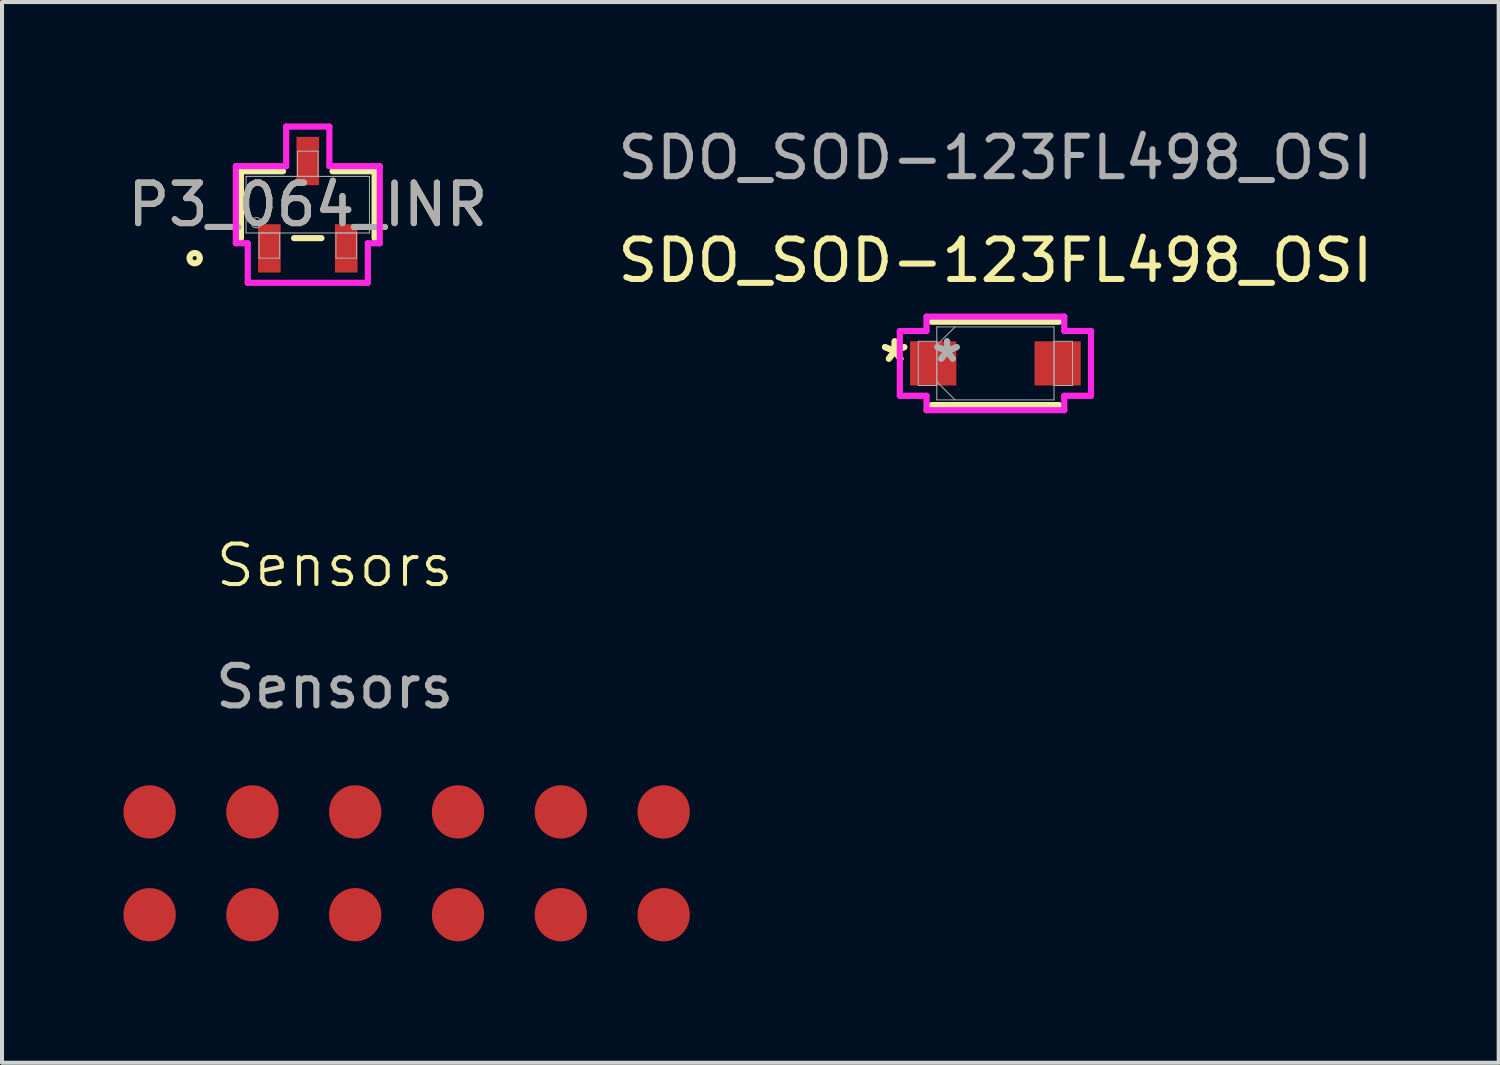
<source format=kicad_pcb>
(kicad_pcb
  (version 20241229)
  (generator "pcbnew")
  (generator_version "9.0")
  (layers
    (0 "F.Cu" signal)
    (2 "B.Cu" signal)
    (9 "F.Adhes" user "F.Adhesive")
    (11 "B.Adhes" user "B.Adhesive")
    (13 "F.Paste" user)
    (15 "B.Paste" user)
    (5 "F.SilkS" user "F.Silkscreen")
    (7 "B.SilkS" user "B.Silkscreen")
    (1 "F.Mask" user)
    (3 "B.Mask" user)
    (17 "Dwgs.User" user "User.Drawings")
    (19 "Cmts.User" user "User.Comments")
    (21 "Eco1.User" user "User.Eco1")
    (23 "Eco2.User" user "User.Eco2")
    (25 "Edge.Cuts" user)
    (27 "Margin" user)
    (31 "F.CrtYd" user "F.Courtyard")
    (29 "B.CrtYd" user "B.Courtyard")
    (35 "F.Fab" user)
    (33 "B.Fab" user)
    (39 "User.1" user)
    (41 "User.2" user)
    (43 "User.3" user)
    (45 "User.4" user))
  (footprint "P3_064_INR"
    (layer "F.Cu")
    (at 4.554 2.007)
    (property "Reference" "P3_064_INR" (at 0 0 0) (unlocked yes) (layer "F.SilkS") (effects (font (size 1 1) (thickness 0.15))))
    (attr smd)
    (fp_line (start -1.651 -0.826) (end -1.651 0.826) (stroke (width 0.152) (type solid)) (layer "F.SilkS"))
    (fp_line (start -0.612 -0.826) (end -1.651 -0.826) (stroke (width 0.152) (type solid)) (layer "F.SilkS"))
    (fp_line (start -0.338 0.826) (end 0.338 0.826) (stroke (width 0.152) (type solid)) (layer "F.SilkS"))
    (fp_line (start 1.651 -0.826) (end 0.612 -0.826) (stroke (width 0.152) (type solid)) (layer "F.SilkS"))
    (fp_line (start 1.651 0.826) (end 1.651 -0.826) (stroke (width 0.152) (type solid)) (layer "F.SilkS"))
    (fp_circle (center -2.794 1.321) (end -2.667 1.321) (stroke (width 0.152) (type solid)) (fill no) (layer "F.SilkS"))
    (fp_line (start -1.778 -0.953) (end -0.533 -0.953) (stroke (width 0.152) (type solid)) (layer "F.CrtYd"))
    (fp_line (start -1.778 0.953) (end -1.778 -0.953) (stroke (width 0.152) (type solid)) (layer "F.CrtYd"))
    (fp_line (start -1.778 0.953) (end -1.483 0.953) (stroke (width 0.152) (type solid)) (layer "F.CrtYd"))
    (fp_line (start -1.483 0.953) (end -1.483 1.93) (stroke (width 0.152) (type solid)) (layer "F.CrtYd"))
    (fp_line (start -1.483 1.93) (end 1.483 1.93) (stroke (width 0.152) (type solid)) (layer "F.CrtYd"))
    (fp_line (start -0.533 -1.93) (end 0.533 -1.93) (stroke (width 0.152) (type solid)) (layer "F.CrtYd"))
    (fp_line (start -0.533 -0.953) (end -0.533 -1.93) (stroke (width 0.152) (type solid)) (layer "F.CrtYd"))
    (fp_line (start 0.533 -0.953) (end 0.533 -1.93) (stroke (width 0.152) (type solid)) (layer "F.CrtYd"))
    (fp_line (start 1.483 0.953) (end 1.483 1.93) (stroke (width 0.152) (type solid)) (layer "F.CrtYd"))
    (fp_line (start 1.778 -0.953) (end 0.533 -0.953) (stroke (width 0.152) (type solid)) (layer "F.CrtYd"))
    (fp_line (start 1.778 -0.953) (end 1.778 0.953) (stroke (width 0.152) (type solid)) (layer "F.CrtYd"))
    (fp_line (start 1.778 0.953) (end 1.483 0.953) (stroke (width 0.152) (type solid)) (layer "F.CrtYd"))
    (fp_line (start -1.524 -0.699) (end -1.524 0.699) (stroke (width 0.025) (type solid)) (layer "F.Fab"))
    (fp_line (start -1.524 0.699) (end 1.524 0.699) (stroke (width 0.025) (type solid)) (layer "F.Fab"))
    (fp_line (start -1.204 0.699) (end -1.204 1.321) (stroke (width 0.025) (type solid)) (layer "F.Fab"))
    (fp_line (start -1.204 1.321) (end -0.696 1.321) (stroke (width 0.025) (type solid)) (layer "F.Fab"))
    (fp_line (start -0.696 0.699) (end -1.204 0.699) (stroke (width 0.025) (type solid)) (layer "F.Fab"))
    (fp_line (start -0.696 1.321) (end -0.696 0.699) (stroke (width 0.025) (type solid)) (layer "F.Fab"))
    (fp_line (start -0.254 -1.321) (end -0.254 -0.699) (stroke (width 0.025) (type solid)) (layer "F.Fab"))
    (fp_line (start -0.254 -0.699) (end 0.254 -0.699) (stroke (width 0.025) (type solid)) (layer "F.Fab"))
    (fp_line (start 0.254 -1.321) (end -0.254 -1.321) (stroke (width 0.025) (type solid)) (layer "F.Fab"))
    (fp_line (start 0.254 -0.699) (end 0.254 -1.321) (stroke (width 0.025) (type solid)) (layer "F.Fab"))
    (fp_line (start 0.696 0.699) (end 0.696 1.321) (stroke (width 0.025) (type solid)) (layer "F.Fab"))
    (fp_line (start 0.696 1.321) (end 1.204 1.321) (stroke (width 0.025) (type solid)) (layer "F.Fab"))
    (fp_line (start 1.204 0.699) (end 0.696 0.699) (stroke (width 0.025) (type solid)) (layer "F.Fab"))
    (fp_line (start 1.204 1.321) (end 1.204 0.699) (stroke (width 0.025) (type solid)) (layer "F.Fab"))
    (fp_line (start 1.524 -0.699) (end -1.524 -0.699) (stroke (width 0.025) (type solid)) (layer "F.Fab"))
    (fp_line (start 1.524 0.699) (end 1.524 -0.699) (stroke (width 0.025) (type solid)) (layer "F.Fab"))
    (fp_circle (center -1.27 0.445) (end -1.143 0.445) (stroke (width 0.025) (type solid)) (fill no) (layer "F.Fab"))
    (fp_text user "${REFERENCE}" (at 0 0 0) (unlocked yes) (layer "F.Fab") (effects (font (size 1 1) (thickness 0.15))))
    (pad "1" smd rect (at -0.95 1.079) (size 0.559 1.194) (layers "F.Cu" "F.Mask" "F.Paste"))
    (pad "2" smd rect (at 0.95 1.079) (size 0.559 1.194) (layers "F.Cu" "F.Mask" "F.Paste"))
    (pad "3" smd rect (at 0 -1.079) (size 0.559 1.194) (layers "F.Cu" "F.Mask" "F.Paste")))
  (footprint "SDO_SOD-123FL498_OSI"
    (layer "F.Cu")
    (at 21.542 5.928)
    (property "Reference" "SDO_SOD-123FL498_OSI" (at 0 -2.54 0) (unlocked yes) (layer "F.SilkS") (effects (font (size 1 1) (thickness 0.15))))
    (attr smd)
    (fp_line (start -1.575 1.029) (end 1.575 1.029) (stroke (width 0.152) (type solid)) (layer "F.SilkS"))
    (fp_line (start 1.575 -1.029) (end -1.575 -1.029) (stroke (width 0.152) (type solid)) (layer "F.SilkS"))
    (fp_line (start -2.362 -0.8) (end -1.702 -0.8) (stroke (width 0.152) (type solid)) (layer "F.CrtYd"))
    (fp_line (start -2.362 0.8) (end -2.362 -0.8) (stroke (width 0.152) (type solid)) (layer "F.CrtYd"))
    (fp_line (start -1.702 -1.156) (end 1.702 -1.156) (stroke (width 0.152) (type solid)) (layer "F.CrtYd"))
    (fp_line (start -1.702 -0.8) (end -1.702 -1.156) (stroke (width 0.152) (type solid)) (layer "F.CrtYd"))
    (fp_line (start -1.702 0.8) (end -2.362 0.8) (stroke (width 0.152) (type solid)) (layer "F.CrtYd"))
    (fp_line (start -1.702 1.156) (end -1.702 0.8) (stroke (width 0.152) (type solid)) (layer "F.CrtYd"))
    (fp_line (start 1.702 -1.156) (end 1.702 -0.8) (stroke (width 0.152) (type solid)) (layer "F.CrtYd"))
    (fp_line (start 1.702 -0.8) (end 2.362 -0.8) (stroke (width 0.152) (type solid)) (layer "F.CrtYd"))
    (fp_line (start 1.702 0.8) (end 1.702 1.156) (stroke (width 0.152) (type solid)) (layer "F.CrtYd"))
    (fp_line (start 1.702 1.156) (end -1.702 1.156) (stroke (width 0.152) (type solid)) (layer "F.CrtYd"))
    (fp_line (start 2.362 -0.8) (end 2.362 0.8) (stroke (width 0.152) (type solid)) (layer "F.CrtYd"))
    (fp_line (start 2.362 0.8) (end 1.702 0.8) (stroke (width 0.152) (type solid)) (layer "F.CrtYd"))
    (fp_line (start -1.905 -0.546) (end -1.905 0.546) (stroke (width 0.025) (type solid)) (layer "F.Fab"))
    (fp_line (start -1.905 0.546) (end -1.448 0.546) (stroke (width 0.025) (type solid)) (layer "F.Fab"))
    (fp_line (start -1.448 -0.902) (end -1.448 0.902) (stroke (width 0.025) (type solid)) (layer "F.Fab"))
    (fp_line (start -1.448 -0.546) (end -1.905 -0.546) (stroke (width 0.025) (type solid)) (layer "F.Fab"))
    (fp_line (start -1.448 -0.451) (end -0.997 -0.902) (stroke (width 0.025) (type solid)) (layer "F.Fab"))
    (fp_line (start -1.448 0.451) (end -0.997 0.902) (stroke (width 0.025) (type solid)) (layer "F.Fab"))
    (fp_line (start -1.448 0.546) (end -1.448 -0.546) (stroke (width 0.025) (type solid)) (layer "F.Fab"))
    (fp_line (start -1.448 0.902) (end 1.448 0.902) (stroke (width 0.025) (type solid)) (layer "F.Fab"))
    (fp_line (start 1.448 -0.902) (end -1.448 -0.902) (stroke (width 0.025) (type solid)) (layer "F.Fab"))
    (fp_line (start 1.448 -0.546) (end 1.448 0.546) (stroke (width 0.025) (type solid)) (layer "F.Fab"))
    (fp_line (start 1.448 0.546) (end 1.905 0.546) (stroke (width 0.025) (type solid)) (layer "F.Fab"))
    (fp_line (start 1.448 0.902) (end 1.448 -0.902) (stroke (width 0.025) (type solid)) (layer "F.Fab"))
    (fp_line (start 1.905 -0.546) (end 1.448 -0.546) (stroke (width 0.025) (type solid)) (layer "F.Fab"))
    (fp_line (start 1.905 0.546) (end 1.905 -0.546) (stroke (width 0.025) (type solid)) (layer "F.Fab"))
    (fp_text user "*" (at -2.489 0 0) (unlocked yes) (layer "F.SilkS") (effects (font (size 1 1) (thickness 0.15))))
    (fp_text user "*" (at -2.489 0 0) (layer "F.SilkS") (effects (font (size 1 1) (thickness 0.15))))
    (fp_text user "*" (at -1.194 0 0) (unlocked yes) (layer "F.Fab") (effects (font (size 1 1) (thickness 0.15))))
    (fp_text user "${REFERENCE}" (at 0 -5.08 0) (unlocked yes) (layer "F.Fab") (effects (font (size 1 1) (thickness 0.15))))
    (fp_text user "*" (at -1.194 0 0) (layer "F.Fab") (effects (font (size 1 1) (thickness 0.15))))
    (pad "A" smd rect (at 1.537 0) (size 1.143 1.092) (layers "F.Cu" "F.Mask" "F.Paste"))
    (pad "C" smd rect (at -1.537 0) (size 1.143 1.092) (layers "F.Cu" "F.Mask" "F.Paste"))
    (zone (net_name "") (layer "F.Cu") (hatch full 0.508) (connect_pads) (min_thickness 0.254) (filled_areas_thickness no) (keepout (tracks not_allowed) (vias not_allowed) (pads allowed) (copperpour not_allowed) (footprints allowed)) (placement (enabled no)) (fill) (polygon (pts (xy 20.627 5.077) (xy 22.456 5.077) (xy 22.456 6.779) (xy 20.627 6.779)))))
  (footprint "Sensors"
    (layer "F.Cu")
    (at 5.218 11.421)
    (property "Reference" "Sensors" (at 0 -0.5 0) (unlocked yes) (layer "F.SilkS") (effects (font (size 1 1) (thickness 0.1))))
    (attr smd)
    (fp_text user "${REFERENCE}" (at 0 2.5 0) (unlocked yes) (layer "F.Fab") (effects (font (size 1 1) (thickness 0.15))))
    (pad "1" smd oval (at -4.572 5.588) (size 1.291 1.316) (layers "F.Cu" "F.Mask" "F.Paste"))
    (pad "2" smd oval (at -4.572 8.128) (size 1.291 1.316) (layers "F.Cu" "F.Mask" "F.Paste"))
    (pad "3" smd oval (at -2.032 5.588) (size 1.291 1.316) (layers "F.Cu" "F.Mask" "F.Paste"))
    (pad "4" smd oval (at -2.032 8.128) (size 1.291 1.316) (layers "F.Cu" "F.Mask" "F.Paste"))
    (pad "5" smd oval (at 0.508 5.588) (size 1.291 1.316) (layers "F.Cu" "F.Mask" "F.Paste"))
    (pad "6" smd oval (at 0.508 8.128) (size 1.291 1.316) (layers "F.Cu" "F.Mask" "F.Paste"))
    (pad "7" smd oval (at 3.048 5.588) (size 1.291 1.316) (layers "F.Cu" "F.Mask" "F.Paste"))
    (pad "8" smd oval (at 3.048 8.128) (size 1.291 1.316) (layers "F.Cu" "F.Mask" "F.Paste"))
    (pad "9" smd oval (at 5.588 5.588) (size 1.291 1.316) (layers "F.Cu" "F.Mask" "F.Paste"))
    (pad "10" smd oval (at 5.588 8.128) (size 1.291 1.316) (layers "F.Cu" "F.Mask" "F.Paste"))
    (pad "11" smd oval (at 8.128 5.588) (size 1.291 1.316) (layers "F.Cu" "F.Mask" "F.Paste"))
    (pad "12" smd oval (at 8.128 8.128) (size 1.291 1.316) (layers "F.Cu" "F.Mask" "F.Paste")))
  (gr_rect
    (start -3 -3)
    (end 33.976 23.207)
    (stroke (width 0.1) (type default))
    (fill no)
    (layer "Edge.Cuts")))
</source>
